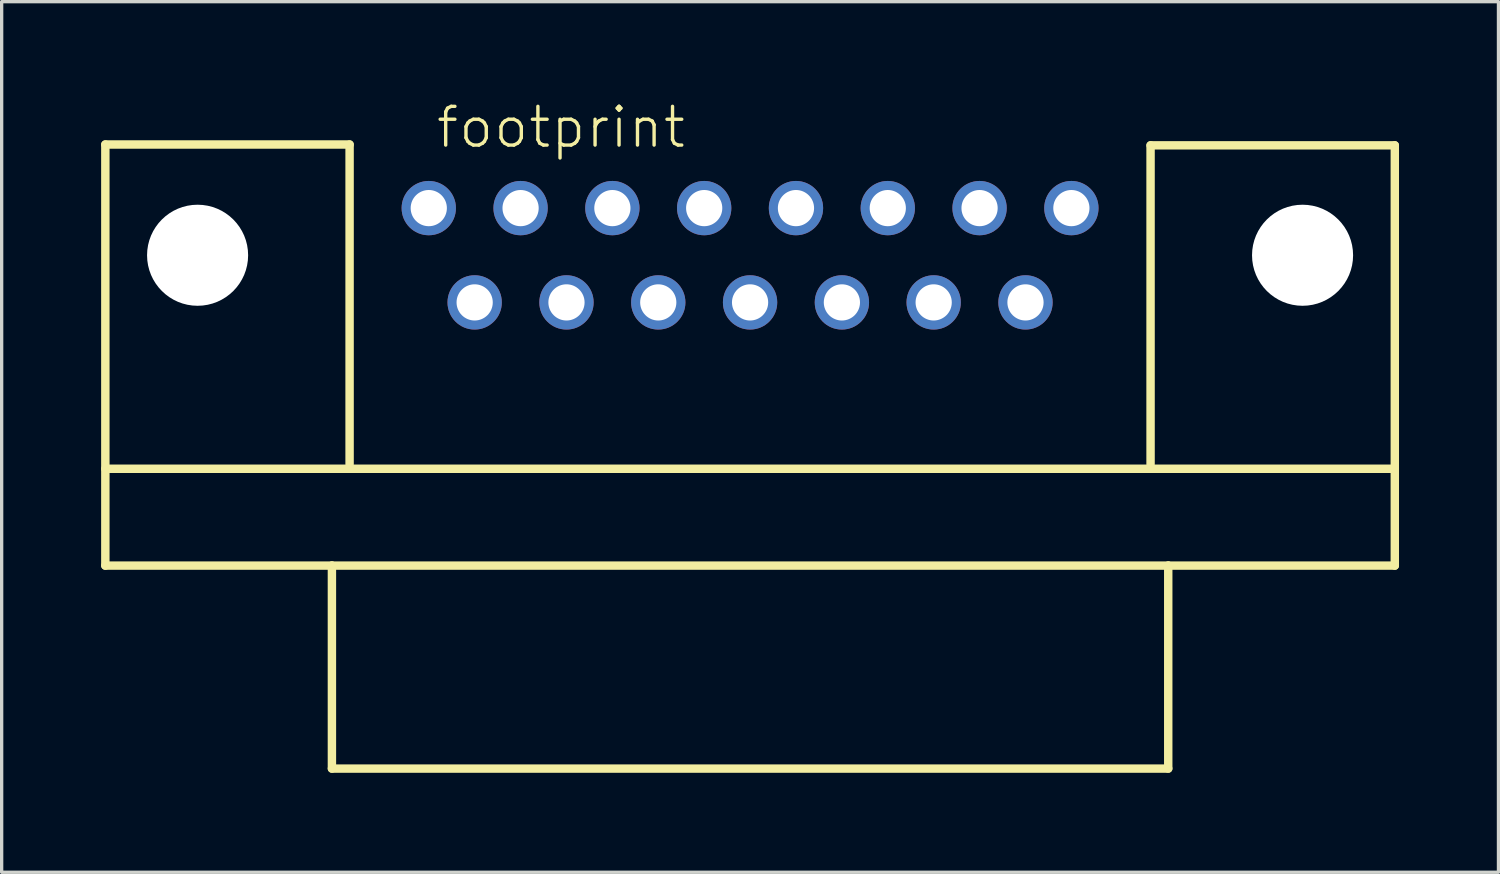
<source format=kicad_pcb>
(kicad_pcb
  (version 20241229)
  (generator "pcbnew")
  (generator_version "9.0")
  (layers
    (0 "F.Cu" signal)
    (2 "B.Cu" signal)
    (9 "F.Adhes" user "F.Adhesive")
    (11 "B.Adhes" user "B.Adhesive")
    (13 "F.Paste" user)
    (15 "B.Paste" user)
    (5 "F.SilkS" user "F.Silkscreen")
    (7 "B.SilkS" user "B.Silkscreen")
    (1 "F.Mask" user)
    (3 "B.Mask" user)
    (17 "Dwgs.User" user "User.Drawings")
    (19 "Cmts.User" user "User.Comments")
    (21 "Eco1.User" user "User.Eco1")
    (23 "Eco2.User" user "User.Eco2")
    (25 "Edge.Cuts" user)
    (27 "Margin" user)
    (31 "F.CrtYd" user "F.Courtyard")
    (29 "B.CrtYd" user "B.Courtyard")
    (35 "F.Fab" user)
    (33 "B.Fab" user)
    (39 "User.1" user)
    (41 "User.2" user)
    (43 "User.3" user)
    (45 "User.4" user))
  (footprint "footprint"
    (layer "F.Cu")
    (at 19.571 4.648)
    (property "Reference" "footprint" (at -9.525 -3.175 0) (layer "F.SilkS") (effects (font (size 1.168 1.168) (thickness 0.102)) (justify left bottom)))
    (fp_line (start -19.444 -3.34) (end -12.078 -3.34) (stroke (width 0.254) (type solid)) (layer "F.SilkS"))
    (fp_line (start -19.444 6.439) (end 19.444 6.439) (stroke (width 0.254) (type solid)) (layer "F.SilkS"))
    (fp_line (start -19.444 9.36) (end -19.444 -3.34) (stroke (width 0.254) (type solid)) (layer "F.SilkS"))
    (fp_line (start -12.611 9.36) (end -19.444 9.36) (stroke (width 0.254) (type solid)) (layer "F.SilkS"))
    (fp_line (start -12.611 9.36) (end 12.611 9.36) (stroke (width 0.254) (type solid)) (layer "F.SilkS"))
    (fp_line (start -12.611 15.481) (end -12.611 9.36) (stroke (width 0.254) (type solid)) (layer "F.SilkS"))
    (fp_line (start -12.078 -3.34) (end -12.078 6.299) (stroke (width 0.254) (type solid)) (layer "F.SilkS"))
    (fp_line (start 12.078 -3.315) (end 12.078 6.299) (stroke (width 0.254) (type solid)) (layer "F.SilkS"))
    (fp_line (start 12.611 9.36) (end 12.611 15.481) (stroke (width 0.254) (type solid)) (layer "F.SilkS"))
    (fp_line (start 12.611 15.481) (end -12.611 15.481) (stroke (width 0.254) (type solid)) (layer "F.SilkS"))
    (fp_line (start 19.444 -3.315) (end 12.078 -3.315) (stroke (width 0.254) (type solid)) (layer "F.SilkS"))
    (fp_line (start 19.444 -3.315) (end 19.444 9.36) (stroke (width 0.254) (type solid)) (layer "F.SilkS"))
    (fp_line (start 19.444 9.36) (end 12.611 9.36) (stroke (width 0.254) (type solid)) (layer "F.SilkS"))
    (pad "" np_thru_hole circle (at -16.662 0) (size 3.048 3.048) (drill 3.048) (layers "*.Cu" "*.Mask"))
    (pad "" np_thru_hole circle (at 16.662 0) (size 3.048 3.048) (drill 3.048) (layers "*.Cu" "*.Mask"))
    (pad "1" thru_hole circle (at -9.69 -1.422) (size 1.638 1.638) (drill 1.092) (layers "*.Cu" "*.Mask"))
    (pad "2" thru_hole circle (at -6.921 -1.422) (size 1.638 1.638) (drill 1.092) (layers "*.Cu" "*.Mask"))
    (pad "3" thru_hole circle (at -4.153 -1.422) (size 1.638 1.638) (drill 1.092) (layers "*.Cu" "*.Mask"))
    (pad "4" thru_hole circle (at -1.384 -1.422) (size 1.638 1.638) (drill 1.092) (layers "*.Cu" "*.Mask"))
    (pad "5" thru_hole circle (at 1.384 -1.422) (size 1.638 1.638) (drill 1.092) (layers "*.Cu" "*.Mask"))
    (pad "6" thru_hole circle (at 4.153 -1.422) (size 1.638 1.638) (drill 1.092) (layers "*.Cu" "*.Mask"))
    (pad "7" thru_hole circle (at 6.921 -1.422) (size 1.638 1.638) (drill 1.092) (layers "*.Cu" "*.Mask"))
    (pad "8" thru_hole circle (at 9.69 -1.422) (size 1.638 1.638) (drill 1.092) (layers "*.Cu" "*.Mask"))
    (pad "9" thru_hole circle (at -8.306 1.422) (size 1.638 1.638) (drill 1.092) (layers "*.Cu" "*.Mask"))
    (pad "10" thru_hole circle (at -5.537 1.422) (size 1.638 1.638) (drill 1.092) (layers "*.Cu" "*.Mask"))
    (pad "11" thru_hole circle (at -2.769 1.422) (size 1.638 1.638) (drill 1.092) (layers "*.Cu" "*.Mask"))
    (pad "12" thru_hole circle (at 0 1.422) (size 1.638 1.638) (drill 1.092) (layers "*.Cu" "*.Mask"))
    (pad "13" thru_hole circle (at 2.769 1.422) (size 1.638 1.638) (drill 1.092) (layers "*.Cu" "*.Mask"))
    (pad "14" thru_hole circle (at 5.537 1.422) (size 1.638 1.638) (drill 1.092) (layers "*.Cu" "*.Mask"))
    (pad "15" thru_hole circle (at 8.306 1.422) (size 1.638 1.638) (drill 1.092) (layers "*.Cu" "*.Mask")))
  (gr_rect
    (start -3 -3)
    (end 42.141 23.256)
    (stroke (width 0.1) (type default))
    (fill no)
    (layer "Edge.Cuts")))
</source>
